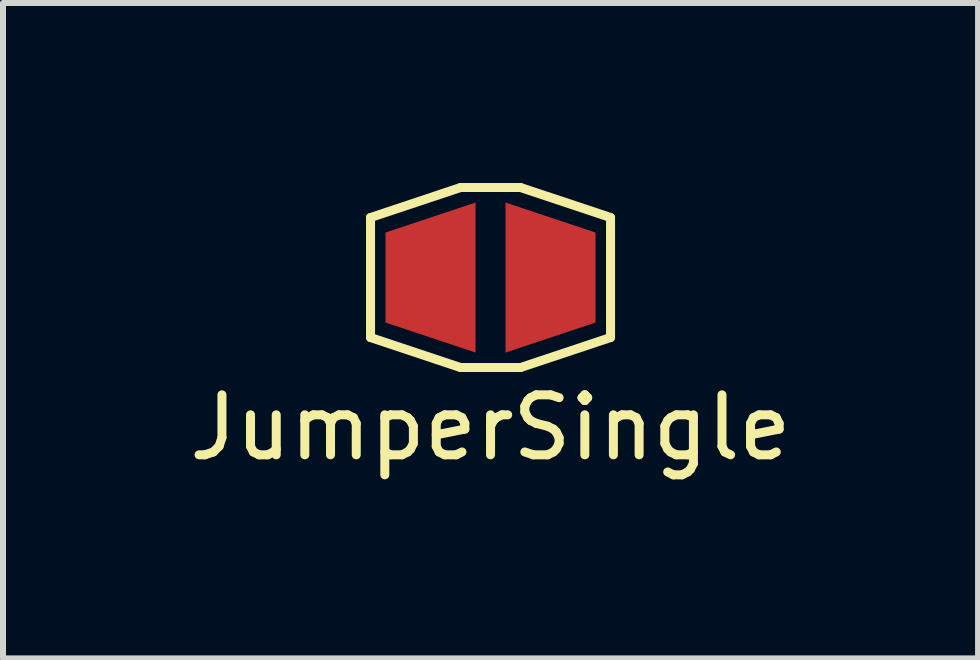
<source format=kicad_pcb>
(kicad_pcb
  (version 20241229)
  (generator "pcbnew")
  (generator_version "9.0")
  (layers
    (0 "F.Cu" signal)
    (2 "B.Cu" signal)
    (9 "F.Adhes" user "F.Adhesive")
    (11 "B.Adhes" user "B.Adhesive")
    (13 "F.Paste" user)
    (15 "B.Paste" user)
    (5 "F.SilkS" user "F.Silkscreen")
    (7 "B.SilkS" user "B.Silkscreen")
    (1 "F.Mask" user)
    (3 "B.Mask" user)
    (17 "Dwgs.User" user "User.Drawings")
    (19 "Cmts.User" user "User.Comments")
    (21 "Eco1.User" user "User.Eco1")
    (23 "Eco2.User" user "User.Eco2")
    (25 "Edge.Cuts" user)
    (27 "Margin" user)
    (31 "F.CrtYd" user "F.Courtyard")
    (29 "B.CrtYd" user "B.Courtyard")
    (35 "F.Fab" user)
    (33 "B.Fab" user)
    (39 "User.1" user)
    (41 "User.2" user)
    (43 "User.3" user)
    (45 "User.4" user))
  (footprint "JumperSingle"
    (layer "F.Cu")
    (at 5.125 1.575)
    (property "Reference" "JumperSingle" (at 0 2.5 0) (layer "F.SilkS") (effects (font (size 1 1) (thickness 0.15))))
    (attr through_hole)
    (fp_line (start -2 -1) (end -0.5 -1.5) (stroke (width 0.15) (type solid)) (layer "F.SilkS"))
    (fp_line (start -2 1) (end -2 -1) (stroke (width 0.15) (type solid)) (layer "F.SilkS"))
    (fp_line (start -0.5 -1.5) (end 0.5 -1.5) (stroke (width 0.15) (type solid)) (layer "F.SilkS"))
    (fp_line (start -0.5 1.5) (end -2 1) (stroke (width 0.15) (type solid)) (layer "F.SilkS"))
    (fp_line (start 0.5 -1.5) (end 2 -1) (stroke (width 0.15) (type solid)) (layer "F.SilkS"))
    (fp_line (start 0.5 1.5) (end -0.5 1.5) (stroke (width 0.15) (type solid)) (layer "F.SilkS"))
    (fp_line (start 2 -1) (end 2 1) (stroke (width 0.15) (type solid)) (layer "F.SilkS"))
    (fp_line (start 2 1) (end 0.5 1.5) (stroke (width 0.15) (type solid)) (layer "F.SilkS"))
    (pad "1" smd trapezoid (at -1 0) (size 1.5 2) (rect_delta -0.5 0) (layers "F.Cu" "F.Mask" "F.Paste"))
    (pad "2" smd trapezoid (at 1 0) (size 1.5 2) (rect_delta 0.5 0) (layers "F.Cu" "F.Mask" "F.Paste")))
  (gr_rect
    (start -3 -3)
    (end 13.25 7.923)
    (stroke (width 0.1) (type default))
    (fill no)
    (layer "Edge.Cuts")))
</source>
